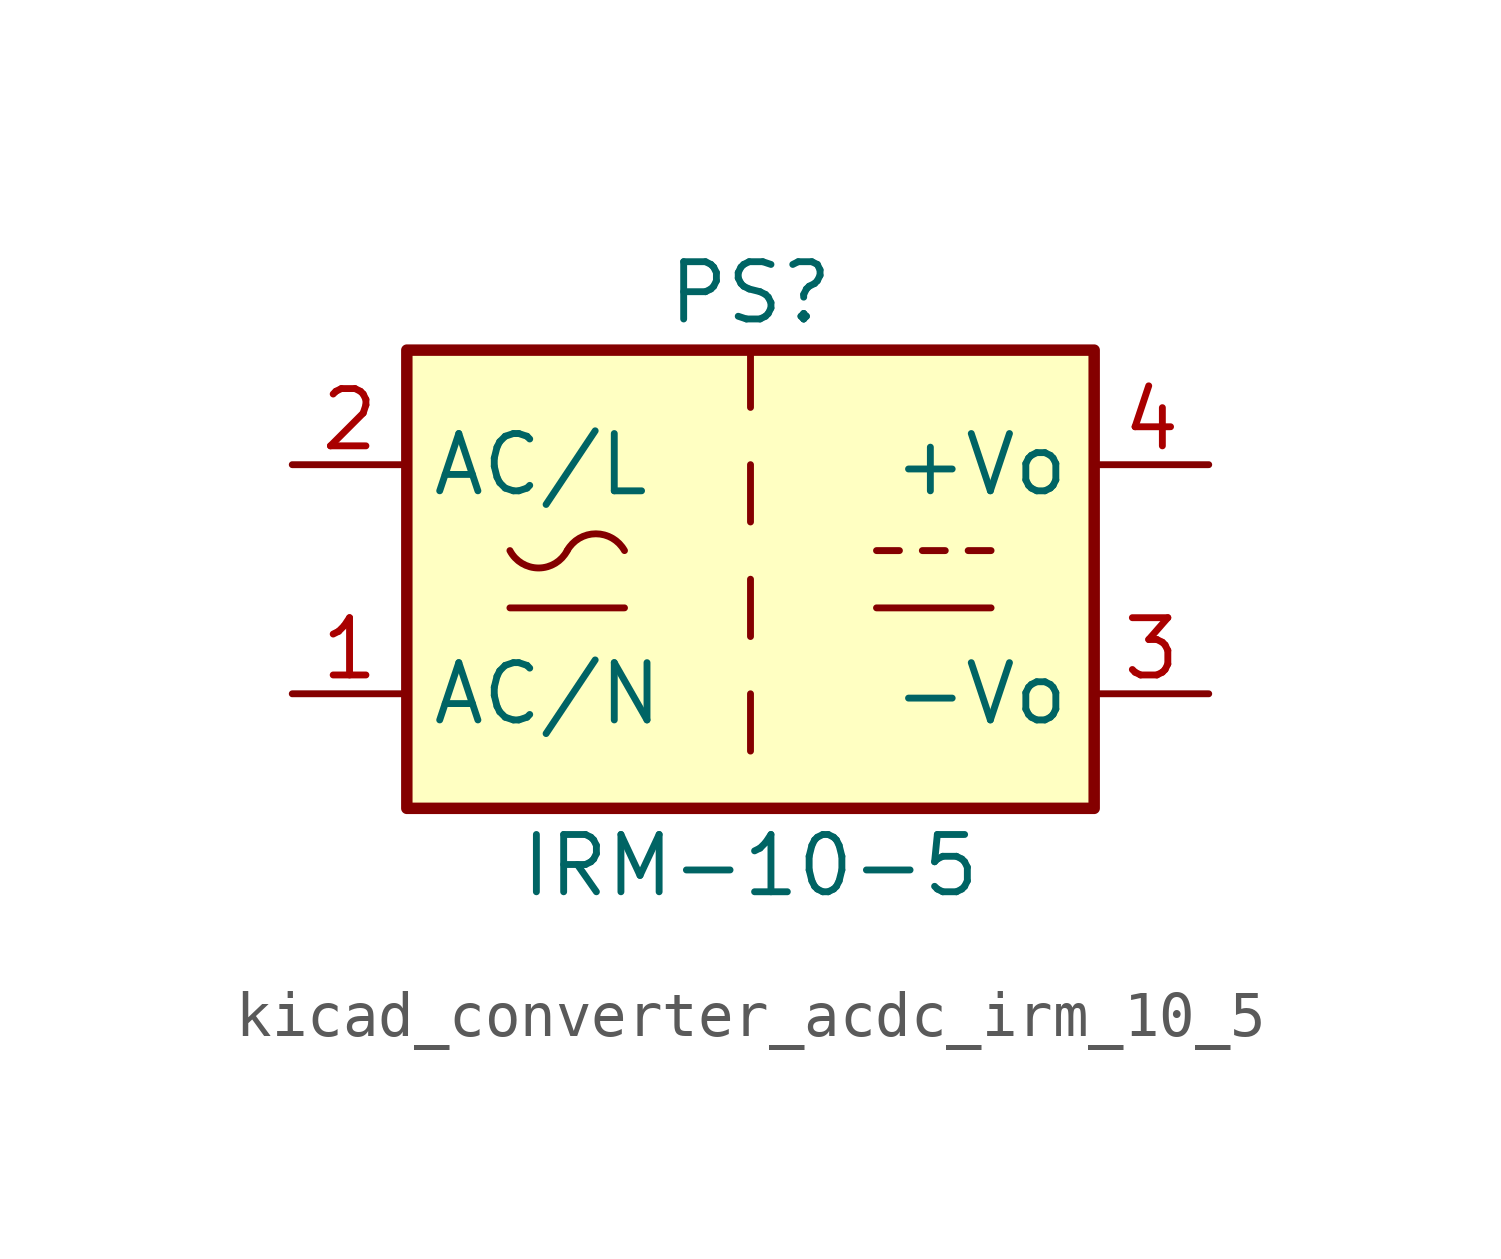
<source format=kicad_sym>
(kicad_symbol_lib
  (version 20220914)
  (generator kicad_symbol_editor)
  (symbol "kicad_converter_acdc_irm_10_5"
    (property "Reference" "PS"
      (at 0 6.35 0)
      (effects (font (size 1.27 1.27))))
    (property "Value" "IRM-10-5"
      (at 0 -6.35 0)
      (effects (font (size 1.27 1.27))))
    (symbol "kicad_converter_acdc_irm_10_5_0_1"
      (rectangle (start -7.62 5.08) (end 7.62 -5.08) (stroke (width 0.254) (type default)) (fill (type background)))
      (arc (start -5.334 0.635) (mid -4.699 0.2495) (end -4.064 0.635) (stroke (width 0) (type default)) (fill (type none)))
      (arc (start -2.794 0.635) (mid -3.429 1.0072) (end -4.064 0.635) (stroke (width 0) (type default)) (fill (type none)))
      (polyline (pts (xy -5.334 -0.635) (xy -2.794 -0.635)) (stroke (width 0) (type default)) (fill (type none)))
      (polyline (pts (xy 0 -2.54) (xy 0 -3.81)) (stroke (width 0) (type default)) (fill (type none)))
      (polyline (pts (xy 0 0) (xy 0 -1.27)) (stroke (width 0) (type default)) (fill (type none)))
      (polyline (pts (xy 0 2.54) (xy 0 1.27)) (stroke (width 0) (type default)) (fill (type none)))
      (polyline (pts (xy 0 5.08) (xy 0 3.81)) (stroke (width 0) (type default)) (fill (type none)))
      (polyline (pts (xy 2.794 -0.635) (xy 5.334 -0.635)) (stroke (width 0) (type default)) (fill (type none)))
      (polyline (pts (xy 2.794 0.635) (xy 3.302 0.635)) (stroke (width 0) (type default)) (fill (type none)))
      (polyline (pts (xy 3.81 0.635) (xy 4.318 0.635)) (stroke (width 0) (type default)) (fill (type none)))
      (polyline (pts (xy 4.826 0.635) (xy 5.334 0.635)) (stroke (width 0) (type default)) (fill (type none))))
    (symbol "kicad_converter_acdc_irm_10_5_1_1"
      (pin power_in line (at -10.16 -2.54 0) (length 2.54) (name "AC/N" (effects (font (size 1.27 1.27)))) (number "1" (effects (font (size 1.27 1.27)))))
      (pin power_in line (at -10.16 2.54 0) (length 2.54) (name "AC/L" (effects (font (size 1.27 1.27)))) (number "2" (effects (font (size 1.27 1.27)))))
      (pin power_out line (at 10.16 -2.54 180) (length 2.54) (name "-Vo" (effects (font (size 1.27 1.27)))) (number "3" (effects (font (size 1.27 1.27)))))
      (pin power_out line (at 10.16 2.54 180) (length 2.54) (name "+Vo" (effects (font (size 1.27 1.27)))) (number "4" (effects (font (size 1.27 1.27))))))))
</source>
